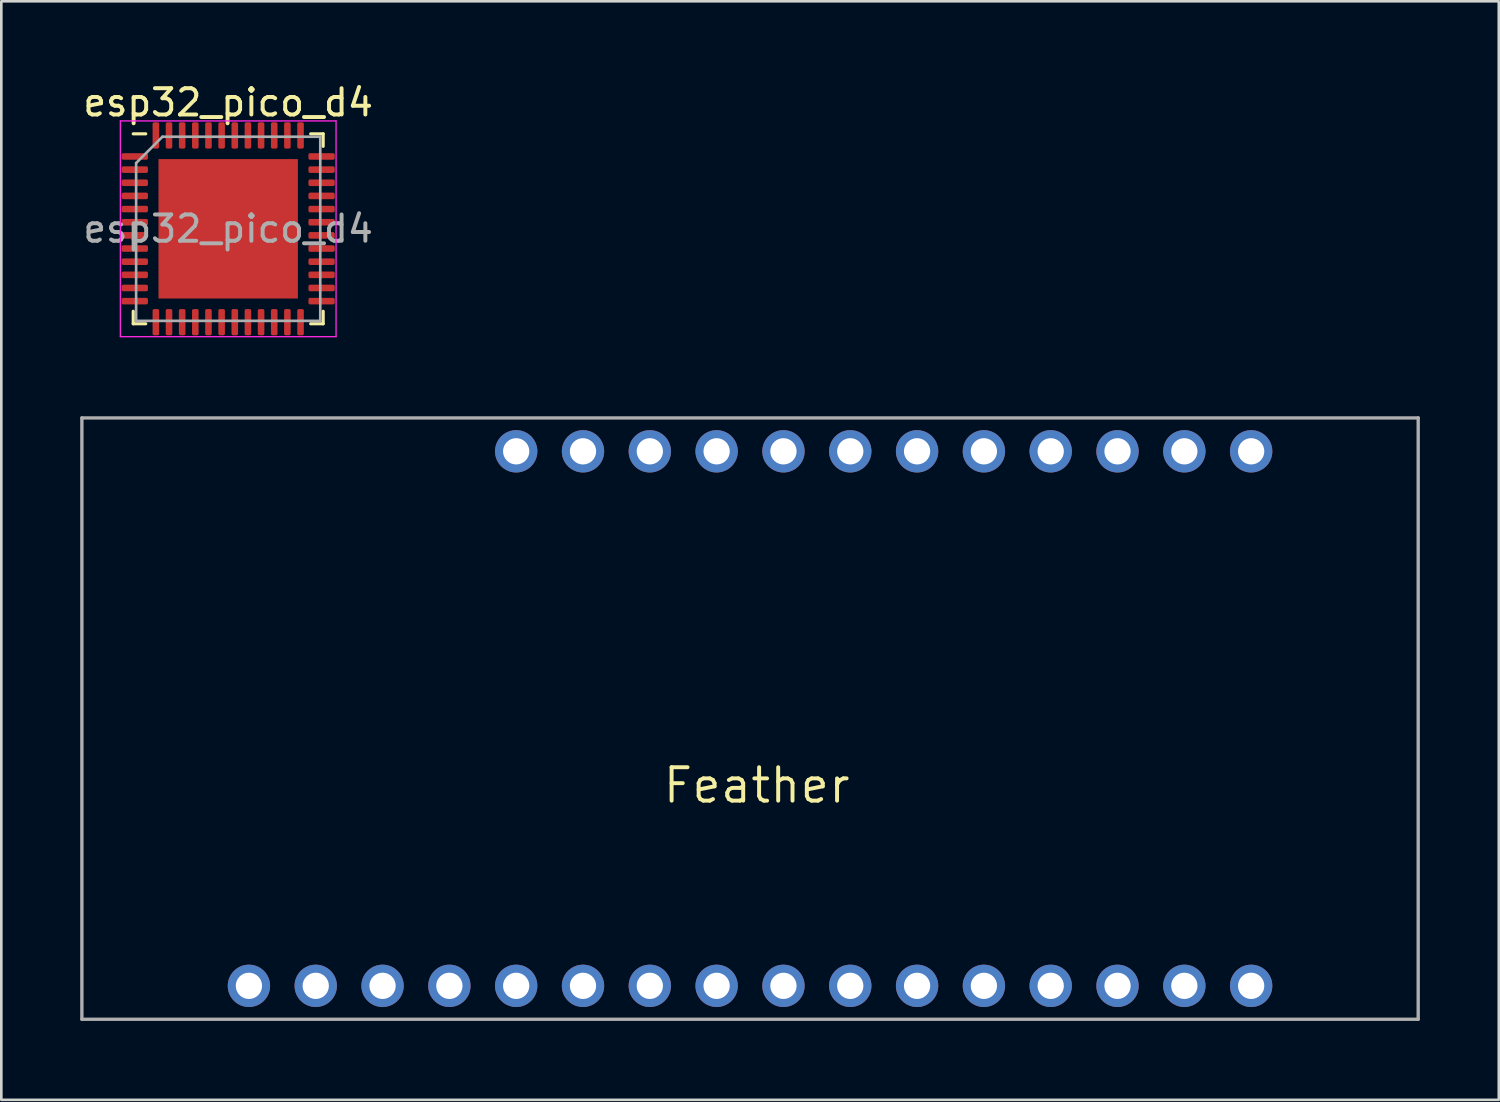
<source format=kicad_pcb>
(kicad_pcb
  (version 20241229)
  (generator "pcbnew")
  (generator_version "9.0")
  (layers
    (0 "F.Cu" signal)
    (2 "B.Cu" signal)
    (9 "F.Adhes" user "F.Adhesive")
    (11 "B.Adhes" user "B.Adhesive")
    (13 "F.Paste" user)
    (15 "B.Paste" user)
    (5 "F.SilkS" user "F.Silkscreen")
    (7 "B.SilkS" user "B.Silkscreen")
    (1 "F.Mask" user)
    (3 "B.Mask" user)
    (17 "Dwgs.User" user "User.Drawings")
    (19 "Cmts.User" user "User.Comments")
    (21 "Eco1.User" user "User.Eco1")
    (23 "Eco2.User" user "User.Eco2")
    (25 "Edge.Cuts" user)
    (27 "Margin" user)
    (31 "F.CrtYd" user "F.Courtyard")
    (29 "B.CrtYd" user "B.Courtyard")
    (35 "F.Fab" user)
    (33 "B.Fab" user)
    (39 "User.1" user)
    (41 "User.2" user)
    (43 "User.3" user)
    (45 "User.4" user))
  (footprint "Feather"
    (layer "F.Cu")
    (at 25.463 24.267)
    (property "Reference" "Feather" (at 0.254 2.54 0) (layer "F.SilkS") (effects (font (size 1.27 1.27) (thickness 0.15))))
    (attr through_hole)
    (fp_line (start -25.4 -11.43) (end 25.4 -11.43) (stroke (width 0.127) (type solid)) (layer "F.Fab"))
    (fp_line (start -25.4 11.43) (end -25.4 -11.43) (stroke (width 0.127) (type solid)) (layer "F.Fab"))
    (fp_line (start 25.4 -11.43) (end 25.4 11.43) (stroke (width 0.127) (type solid)) (layer "F.Fab"))
    (fp_line (start 25.4 11.43) (end -25.4 11.43) (stroke (width 0.127) (type solid)) (layer "F.Fab"))
    (pad "1" thru_hole circle (at -19.05 10.16) (size 1.61 1.61) (drill 1) (layers "*.Cu" "*.Mask"))
    (pad "3" thru_hole circle (at -13.97 10.16) (size 1.61 1.61) (drill 1) (layers "*.Cu" "*.Mask"))
    (pad "3V" thru_hole circle (at -16.51 10.16) (size 1.61 1.61) (drill 1) (layers "*.Cu" "*.Mask"))
    (pad "5" thru_hole circle (at -8.89 10.16) (size 1.61 1.61) (drill 1) (layers "*.Cu" "*.Mask"))
    (pad "6" thru_hole circle (at -6.35 10.16) (size 1.61 1.61) (drill 1) (layers "*.Cu" "*.Mask"))
    (pad "7" thru_hole circle (at -3.81 10.16) (size 1.61 1.61) (drill 1) (layers "*.Cu" "*.Mask"))
    (pad "8" thru_hole circle (at -1.27 10.16) (size 1.61 1.61) (drill 1) (layers "*.Cu" "*.Mask"))
    (pad "9" thru_hole circle (at 1.27 10.16) (size 1.61 1.61) (drill 1) (layers "*.Cu" "*.Mask"))
    (pad "10" thru_hole circle (at 3.81 10.16) (size 1.61 1.61) (drill 1) (layers "*.Cu" "*.Mask"))
    (pad "16" thru_hole circle (at 19.05 10.16) (size 1.61 1.61) (drill 1) (layers "*.Cu" "*.Mask"))
    (pad "19" thru_hole circle (at 13.97 -10.16) (size 1.61 1.61) (drill 1) (layers "*.Cu" "*.Mask"))
    (pad "20" thru_hole circle (at 11.43 -10.16) (size 1.61 1.61) (drill 1) (layers "*.Cu" "*.Mask"))
    (pad "21" thru_hole circle (at 8.89 -10.16) (size 1.61 1.61) (drill 1) (layers "*.Cu" "*.Mask"))
    (pad "22" thru_hole circle (at 6.35 -10.16) (size 1.61 1.61) (drill 1) (layers "*.Cu" "*.Mask"))
    (pad "23" thru_hole circle (at 3.81 -10.16) (size 1.61 1.61) (drill 1) (layers "*.Cu" "*.Mask"))
    (pad "24" thru_hole circle (at 1.27 -10.16) (size 1.61 1.61) (drill 1) (layers "*.Cu" "*.Mask"))
    (pad "25" thru_hole circle (at -1.27 -10.16) (size 1.61 1.61) (drill 1) (layers "*.Cu" "*.Mask"))
    (pad "27" thru_hole circle (at -6.35 -10.16) (size 1.61 1.61) (drill 1) (layers "*.Cu" "*.Mask"))
    (pad "BATT" thru_hole circle (at -8.89 -10.16) (size 1.61 1.61) (drill 1) (layers "*.Cu" "*.Mask"))
    (pad "GND" thru_hole circle (at -11.43 10.16) (size 1.61 1.61) (drill 1) (layers "*.Cu" "*.Mask"))
    (pad "MISO" thru_hole circle (at 11.43 10.16) (size 1.61 1.61) (drill 1) (layers "*.Cu" "*.Mask"))
    (pad "MOSI" thru_hole circle (at 8.89 10.16) (size 1.61 1.61) (drill 1) (layers "*.Cu" "*.Mask"))
    (pad "RX" thru_hole circle (at 13.97 10.16) (size 1.61 1.61) (drill 1) (layers "*.Cu" "*.Mask"))
    (pad "SCK" thru_hole circle (at 6.35 10.16) (size 1.61 1.61) (drill 1) (layers "*.Cu" "*.Mask"))
    (pad "SCL" thru_hole circle (at 16.51 -10.16) (size 1.61 1.61) (drill 1) (layers "*.Cu" "*.Mask"))
    (pad "SDA" thru_hole circle (at 19.05 -10.16) (size 1.61 1.61) (drill 1) (layers "*.Cu" "*.Mask"))
    (pad "TX" thru_hole circle (at 16.51 10.16) (size 1.61 1.61) (drill 1) (layers "*.Cu" "*.Mask"))
    (pad "USB" thru_hole circle (at -3.81 -10.16) (size 1.61 1.61) (drill 1) (layers "*.Cu" "*.Mask")))
  (footprint "esp32_pico_d4"
    (layer "F.Cu")
    (at 5.625 5.648)
    (property "Reference" "esp32_pico_d4" (at 0 -4.8 0) (layer "F.SilkS") (effects (font (size 1 1) (thickness 0.15))))
    (attr smd)
    (fp_line (start -3.61 3.61) (end -3.61 3.135) (stroke (width 0.12) (type solid)) (layer "F.SilkS"))
    (fp_line (start -3.135 -3.61) (end -3.61 -3.61) (stroke (width 0.12) (type solid)) (layer "F.SilkS"))
    (fp_line (start -3.135 3.61) (end -3.61 3.61) (stroke (width 0.12) (type solid)) (layer "F.SilkS"))
    (fp_line (start 3.135 -3.61) (end 3.61 -3.61) (stroke (width 0.12) (type solid)) (layer "F.SilkS"))
    (fp_line (start 3.135 3.61) (end 3.61 3.61) (stroke (width 0.12) (type solid)) (layer "F.SilkS"))
    (fp_line (start 3.61 -3.61) (end 3.61 -3.135) (stroke (width 0.12) (type solid)) (layer "F.SilkS"))
    (fp_line (start 3.61 3.61) (end 3.61 3.135) (stroke (width 0.12) (type solid)) (layer "F.SilkS"))
    (fp_line (start -4.1 -4.1) (end -4.1 4.1) (stroke (width 0.05) (type solid)) (layer "F.CrtYd"))
    (fp_line (start -4.1 4.1) (end 4.1 4.1) (stroke (width 0.05) (type solid)) (layer "F.CrtYd"))
    (fp_line (start 4.1 -4.1) (end -4.1 -4.1) (stroke (width 0.05) (type solid)) (layer "F.CrtYd"))
    (fp_line (start 4.1 4.1) (end 4.1 -4.1) (stroke (width 0.05) (type solid)) (layer "F.CrtYd"))
    (fp_line (start -3.5 -2.5) (end -2.5 -3.5) (stroke (width 0.1) (type solid)) (layer "F.Fab"))
    (fp_line (start -3.5 3.5) (end -3.5 -2.5) (stroke (width 0.1) (type solid)) (layer "F.Fab"))
    (fp_line (start -2.5 -3.5) (end 3.5 -3.5) (stroke (width 0.1) (type solid)) (layer "F.Fab"))
    (fp_line (start 3.5 -3.5) (end 3.5 3.5) (stroke (width 0.1) (type solid)) (layer "F.Fab"))
    (fp_line (start 3.5 3.5) (end -3.5 3.5) (stroke (width 0.1) (type solid)) (layer "F.Fab"))
    (fp_text user "${REFERENCE}" (at 0 0 0) (layer "F.Fab") (effects (font (size 1 1) (thickness 0.15))))
    (pad "" smd roundrect (at -1.98 -1.98) (size 1.07 1.07) (layers "F.Paste") (roundrect_rratio 0.234))
    (pad "" smd roundrect (at -1.98 -0.66) (size 1.07 1.07) (layers "F.Paste") (roundrect_rratio 0.234))
    (pad "" smd roundrect (at -1.98 0.66) (size 1.07 1.07) (layers "F.Paste") (roundrect_rratio 0.234))
    (pad "" smd roundrect (at -1.98 1.98) (size 1.07 1.07) (layers "F.Paste") (roundrect_rratio 0.234))
    (pad "" smd roundrect (at -0.66 -1.98) (size 1.07 1.07) (layers "F.Paste") (roundrect_rratio 0.234))
    (pad "" smd roundrect (at -0.66 -0.66) (size 1.07 1.07) (layers "F.Paste") (roundrect_rratio 0.234))
    (pad "" smd roundrect (at -0.66 0.66) (size 1.07 1.07) (layers "F.Paste") (roundrect_rratio 0.234))
    (pad "" smd roundrect (at -0.66 1.98) (size 1.07 1.07) (layers "F.Paste") (roundrect_rratio 0.234))
    (pad "" smd roundrect (at 0.66 -1.98) (size 1.07 1.07) (layers "F.Paste") (roundrect_rratio 0.234))
    (pad "" smd roundrect (at 0.66 -0.66) (size 1.07 1.07) (layers "F.Paste") (roundrect_rratio 0.234))
    (pad "" smd roundrect (at 0.66 0.66) (size 1.07 1.07) (layers "F.Paste") (roundrect_rratio 0.234))
    (pad "" smd roundrect (at 0.66 1.98) (size 1.07 1.07) (layers "F.Paste") (roundrect_rratio 0.234))
    (pad "" smd roundrect (at 1.98 -1.98) (size 1.07 1.07) (layers "F.Paste") (roundrect_rratio 0.234))
    (pad "" smd roundrect (at 1.98 -0.66) (size 1.07 1.07) (layers "F.Paste") (roundrect_rratio 0.234))
    (pad "" smd roundrect (at 1.98 0.66) (size 1.07 1.07) (layers "F.Paste") (roundrect_rratio 0.234))
    (pad "" smd roundrect (at 1.98 1.98) (size 1.07 1.07) (layers "F.Paste") (roundrect_rratio 0.234))
    (pad "1" smd roundrect (at -3.55 -2.75) (size 1 0.25) (layers "F.Cu" "F.Mask" "F.Paste") (roundrect_rratio 0.25))
    (pad "2" smd roundrect (at -3.55 -2.25) (size 1 0.25) (layers "F.Cu" "F.Mask" "F.Paste") (roundrect_rratio 0.25))
    (pad "3" smd roundrect (at -3.55 -1.75) (size 1 0.25) (layers "F.Cu" "F.Mask" "F.Paste") (roundrect_rratio 0.25))
    (pad "4" smd roundrect (at -3.55 -1.25) (size 1 0.25) (layers "F.Cu" "F.Mask" "F.Paste") (roundrect_rratio 0.25))
    (pad "5" smd roundrect (at -3.55 -0.75) (size 1 0.25) (layers "F.Cu" "F.Mask" "F.Paste") (roundrect_rratio 0.25))
    (pad "6" smd roundrect (at -3.55 -0.25) (size 1 0.25) (layers "F.Cu" "F.Mask" "F.Paste") (roundrect_rratio 0.25))
    (pad "7" smd roundrect (at -3.55 0.25) (size 1 0.25) (layers "F.Cu" "F.Mask" "F.Paste") (roundrect_rratio 0.25))
    (pad "8" smd roundrect (at -3.55 0.75) (size 1 0.25) (layers "F.Cu" "F.Mask" "F.Paste") (roundrect_rratio 0.25))
    (pad "9" smd roundrect (at -3.55 1.25) (size 1 0.25) (layers "F.Cu" "F.Mask" "F.Paste") (roundrect_rratio 0.25))
    (pad "10" smd roundrect (at -3.55 1.75) (size 1 0.25) (layers "F.Cu" "F.Mask" "F.Paste") (roundrect_rratio 0.25))
    (pad "11" smd roundrect (at -3.55 2.25) (size 1 0.25) (layers "F.Cu" "F.Mask" "F.Paste") (roundrect_rratio 0.25))
    (pad "12" smd roundrect (at -3.55 2.75) (size 1 0.25) (layers "F.Cu" "F.Mask" "F.Paste") (roundrect_rratio 0.25))
    (pad "13" smd roundrect (at -2.75 3.55) (size 0.25 1) (layers "F.Cu" "F.Mask" "F.Paste") (roundrect_rratio 0.25))
    (pad "14" smd roundrect (at -2.25 3.55) (size 0.25 1) (layers "F.Cu" "F.Mask" "F.Paste") (roundrect_rratio 0.25))
    (pad "15" smd roundrect (at -1.75 3.55) (size 0.25 1) (layers "F.Cu" "F.Mask" "F.Paste") (roundrect_rratio 0.25))
    (pad "16" smd roundrect (at -1.25 3.55) (size 0.25 1) (layers "F.Cu" "F.Mask" "F.Paste") (roundrect_rratio 0.25))
    (pad "17" smd roundrect (at -0.75 3.55) (size 0.25 1) (layers "F.Cu" "F.Mask" "F.Paste") (roundrect_rratio 0.25))
    (pad "18" smd roundrect (at -0.25 3.55) (size 0.25 1) (layers "F.Cu" "F.Mask" "F.Paste") (roundrect_rratio 0.25))
    (pad "19" smd roundrect (at 0.25 3.55) (size 0.25 1) (layers "F.Cu" "F.Mask" "F.Paste") (roundrect_rratio 0.25))
    (pad "20" smd roundrect (at 0.75 3.55) (size 0.25 1) (layers "F.Cu" "F.Mask" "F.Paste") (roundrect_rratio 0.25))
    (pad "21" smd roundrect (at 1.25 3.55) (size 0.25 1) (layers "F.Cu" "F.Mask" "F.Paste") (roundrect_rratio 0.25))
    (pad "22" smd roundrect (at 1.75 3.55) (size 0.25 1) (layers "F.Cu" "F.Mask" "F.Paste") (roundrect_rratio 0.25))
    (pad "23" smd roundrect (at 2.25 3.55) (size 0.25 1) (layers "F.Cu" "F.Mask" "F.Paste") (roundrect_rratio 0.25))
    (pad "24" smd roundrect (at 2.75 3.55) (size 0.25 1) (layers "F.Cu" "F.Mask" "F.Paste") (roundrect_rratio 0.25))
    (pad "25" smd roundrect (at 3.55 2.75) (size 1 0.25) (layers "F.Cu" "F.Mask" "F.Paste") (roundrect_rratio 0.25))
    (pad "26" smd roundrect (at 3.55 2.25) (size 1 0.25) (layers "F.Cu" "F.Mask" "F.Paste") (roundrect_rratio 0.25))
    (pad "27" smd roundrect (at 3.55 1.75) (size 1 0.25) (layers "F.Cu" "F.Mask" "F.Paste") (roundrect_rratio 0.25))
    (pad "28" smd roundrect (at 3.55 1.25) (size 1 0.25) (layers "F.Cu" "F.Mask" "F.Paste") (roundrect_rratio 0.25))
    (pad "29" smd roundrect (at 3.55 0.75) (size 1 0.25) (layers "F.Cu" "F.Mask" "F.Paste") (roundrect_rratio 0.25))
    (pad "30" smd roundrect (at 3.55 0.25) (size 1 0.25) (layers "F.Cu" "F.Mask" "F.Paste") (roundrect_rratio 0.25))
    (pad "31" smd roundrect (at 3.55 -0.25) (size 1 0.25) (layers "F.Cu" "F.Mask" "F.Paste") (roundrect_rratio 0.25))
    (pad "32" smd roundrect (at 3.55 -0.75) (size 1 0.25) (layers "F.Cu" "F.Mask" "F.Paste") (roundrect_rratio 0.25))
    (pad "33" smd roundrect (at 3.55 -1.25) (size 1 0.25) (layers "F.Cu" "F.Mask" "F.Paste") (roundrect_rratio 0.25))
    (pad "34" smd roundrect (at 3.55 -1.75) (size 1 0.25) (layers "F.Cu" "F.Mask" "F.Paste") (roundrect_rratio 0.25))
    (pad "35" smd roundrect (at 3.55 -2.25) (size 1 0.25) (layers "F.Cu" "F.Mask" "F.Paste") (roundrect_rratio 0.25))
    (pad "36" smd roundrect (at 3.55 -2.75) (size 1 0.25) (layers "F.Cu" "F.Mask" "F.Paste") (roundrect_rratio 0.25))
    (pad "37" smd roundrect (at 2.75 -3.55) (size 0.25 1) (layers "F.Cu" "F.Mask" "F.Paste") (roundrect_rratio 0.25))
    (pad "38" smd roundrect (at 2.25 -3.55) (size 0.25 1) (layers "F.Cu" "F.Mask" "F.Paste") (roundrect_rratio 0.25))
    (pad "39" smd roundrect (at 1.75 -3.55) (size 0.25 1) (layers "F.Cu" "F.Mask" "F.Paste") (roundrect_rratio 0.25))
    (pad "40" smd roundrect (at 1.25 -3.55) (size 0.25 1) (layers "F.Cu" "F.Mask" "F.Paste") (roundrect_rratio 0.25))
    (pad "41" smd roundrect (at 0.75 -3.55) (size 0.25 1) (layers "F.Cu" "F.Mask" "F.Paste") (roundrect_rratio 0.25))
    (pad "42" smd roundrect (at 0.25 -3.55) (size 0.25 1) (layers "F.Cu" "F.Mask" "F.Paste") (roundrect_rratio 0.25))
    (pad "43" smd roundrect (at -0.25 -3.55) (size 0.25 1) (layers "F.Cu" "F.Mask" "F.Paste") (roundrect_rratio 0.25))
    (pad "44" smd roundrect (at -0.75 -3.55) (size 0.25 1) (layers "F.Cu" "F.Mask" "F.Paste") (roundrect_rratio 0.25))
    (pad "45" smd roundrect (at -1.25 -3.55) (size 0.25 1) (layers "F.Cu" "F.Mask" "F.Paste") (roundrect_rratio 0.25))
    (pad "46" smd roundrect (at -1.75 -3.55) (size 0.25 1) (layers "F.Cu" "F.Mask" "F.Paste") (roundrect_rratio 0.25))
    (pad "47" smd roundrect (at -2.25 -3.55) (size 0.25 1) (layers "F.Cu" "F.Mask" "F.Paste") (roundrect_rratio 0.25))
    (pad "48" smd roundrect (at -2.75 -3.55) (size 0.25 1) (layers "F.Cu" "F.Mask" "F.Paste") (roundrect_rratio 0.25))
    (pad "49" smd rect (at 0 0) (size 5.3 5.3) (layers "F.Cu" "F.Mask")))
  (gr_rect
    (start -3 -3)
    (end 53.927 38.76)
    (stroke (width 0.1) (type default))
    (fill no)
    (layer "Edge.Cuts")))
</source>
